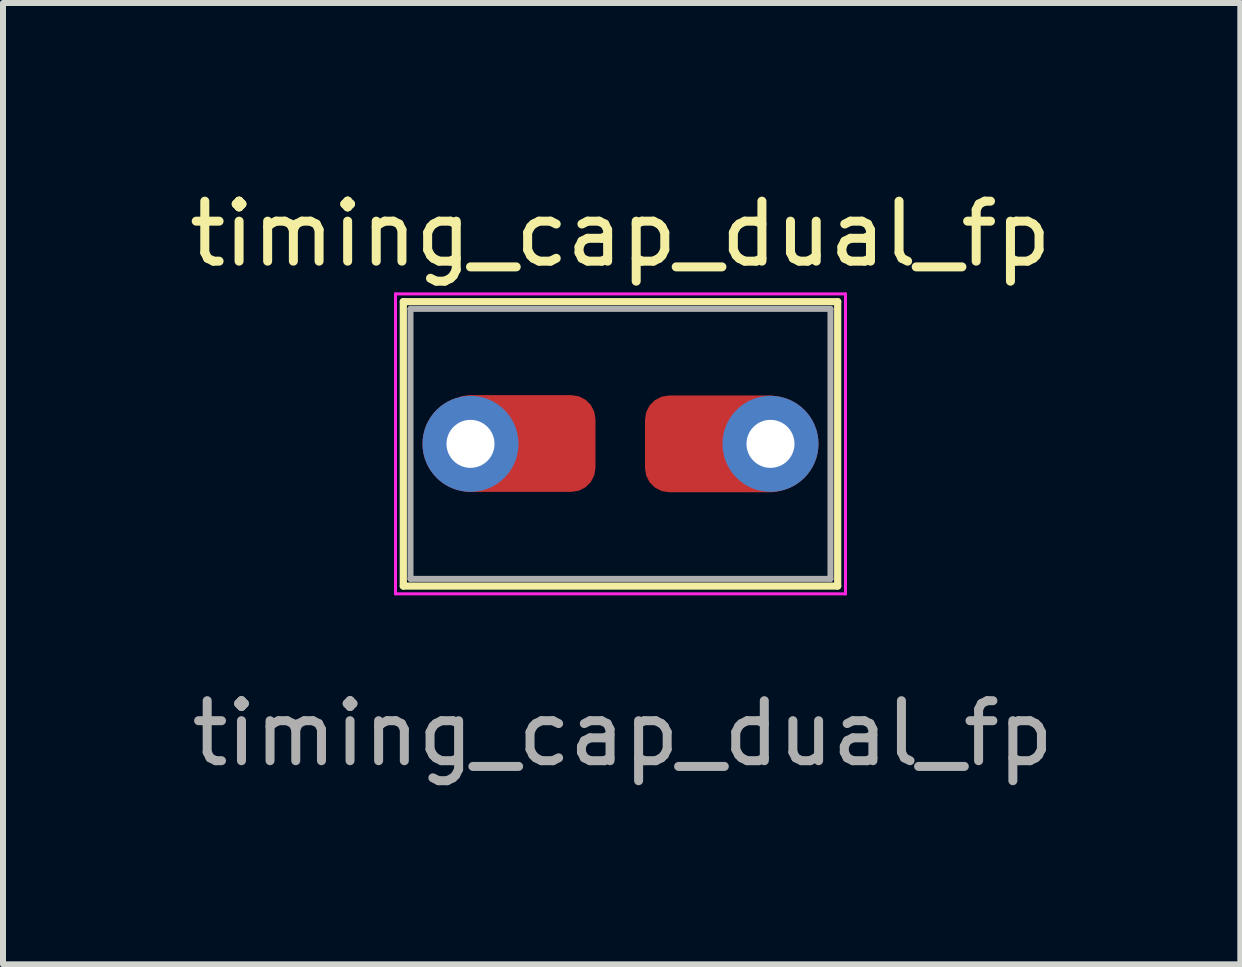
<source format=kicad_pcb>
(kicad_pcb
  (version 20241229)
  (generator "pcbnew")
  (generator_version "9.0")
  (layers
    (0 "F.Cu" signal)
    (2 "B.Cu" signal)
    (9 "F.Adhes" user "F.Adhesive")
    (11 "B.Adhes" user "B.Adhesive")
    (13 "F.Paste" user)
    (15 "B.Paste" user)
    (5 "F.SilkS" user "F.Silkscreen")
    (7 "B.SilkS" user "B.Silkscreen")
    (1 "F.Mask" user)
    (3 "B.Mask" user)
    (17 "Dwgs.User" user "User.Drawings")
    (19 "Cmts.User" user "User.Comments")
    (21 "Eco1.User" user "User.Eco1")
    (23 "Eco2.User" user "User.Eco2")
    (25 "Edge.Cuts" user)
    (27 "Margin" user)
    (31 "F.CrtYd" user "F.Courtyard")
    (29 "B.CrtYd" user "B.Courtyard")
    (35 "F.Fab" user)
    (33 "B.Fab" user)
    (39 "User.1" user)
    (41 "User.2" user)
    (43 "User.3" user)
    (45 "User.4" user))
  (footprint "timing_cap_dual_fp"
    (layer "F.Cu")
    (at 4.792 4.348)
    (property "Reference" "timing_cap_dual_fp" (at 2.5 -3.5 0) (layer "F.SilkS") (effects (font (size 1 1) (thickness 0.15))))
    (attr through_hole)
    (fp_line (start -1.12 -2.37) (end -1.12 2.37) (stroke (width 0.12) (type solid)) (layer "F.SilkS"))
    (fp_line (start -1.12 -2.37) (end 6.12 -2.37) (stroke (width 0.12) (type solid)) (layer "F.SilkS"))
    (fp_line (start -1.12 2.37) (end 6.12 2.37) (stroke (width 0.12) (type solid)) (layer "F.SilkS"))
    (fp_line (start 6.12 -2.37) (end 6.12 2.37) (stroke (width 0.12) (type solid)) (layer "F.SilkS"))
    (fp_line (start -1.25 -2.5) (end -1.25 2.5) (stroke (width 0.05) (type solid)) (layer "F.CrtYd"))
    (fp_line (start -1.25 2.5) (end 6.25 2.5) (stroke (width 0.05) (type solid)) (layer "F.CrtYd"))
    (fp_line (start 6.25 -2.5) (end -1.25 -2.5) (stroke (width 0.05) (type solid)) (layer "F.CrtYd"))
    (fp_line (start 6.25 2.5) (end 6.25 -2.5) (stroke (width 0.05) (type solid)) (layer "F.CrtYd"))
    (fp_line (start -1 -2.25) (end -1 2.25) (stroke (width 0.1) (type solid)) (layer "F.Fab"))
    (fp_line (start -1 2.25) (end 6 2.25) (stroke (width 0.1) (type solid)) (layer "F.Fab"))
    (fp_line (start 6 -2.25) (end -1 -2.25) (stroke (width 0.1) (type solid)) (layer "F.Fab"))
    (fp_line (start 6 2.25) (end 6 -2.25) (stroke (width 0.1) (type solid)) (layer "F.Fab"))
    (fp_text user "${REFERENCE}" (at 2.54 4.826 0) (layer "F.Fab") (effects (font (size 1 1) (thickness 0.15))))
    (pad "1" thru_hole circle (at 0 0) (size 1.6 1.6) (drill 0.8) (layers "*.Cu" "*.Mask"))
    (pad "1" smd roundrect (at 0.826 -0.006) (size 2.515 1.613) (layers "F.Cu" "F.Mask") (roundrect_rratio 0.25))
    (pad "2" smd roundrect (at 4.166 0) (size 2.515 1.613) (layers "F.Cu" "F.Mask") (roundrect_rratio 0.25))
    (pad "2" thru_hole circle (at 5 0) (size 1.6 1.6) (drill 0.8) (layers "*.Cu" "*.Mask")))
  (gr_rect
    (start -3 -3)
    (end 17.623 13.023)
    (stroke (width 0.1) (type default))
    (fill no)
    (layer "Edge.Cuts")))
</source>
